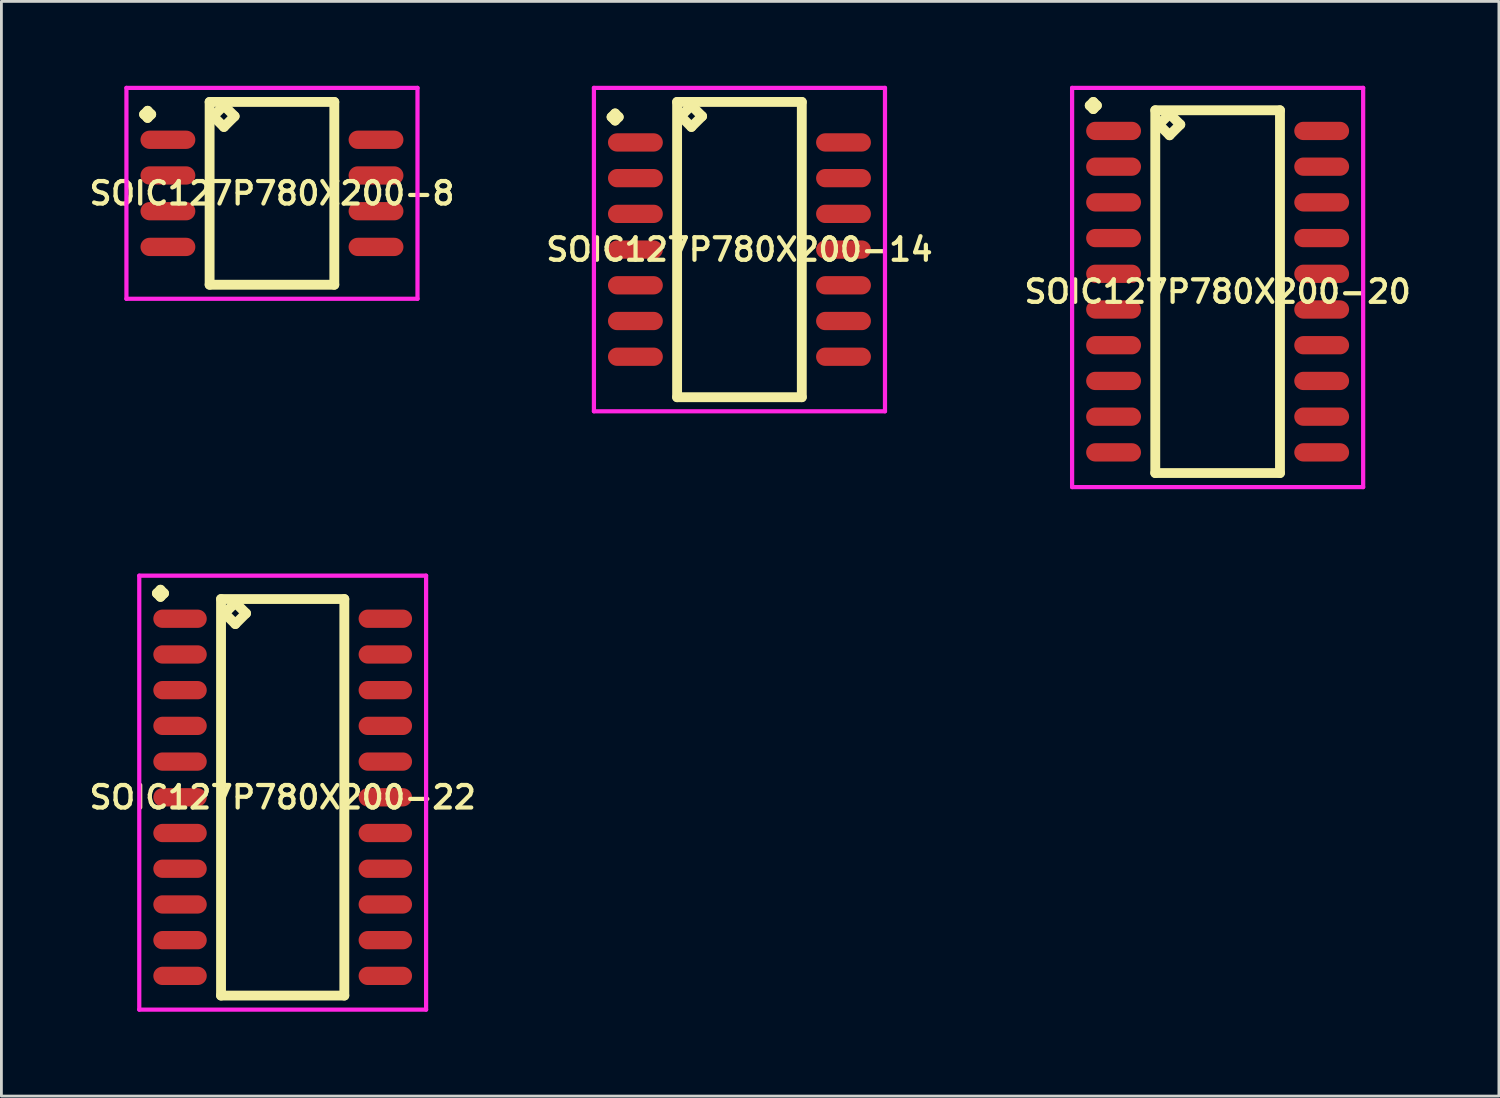
<source format=kicad_pcb>
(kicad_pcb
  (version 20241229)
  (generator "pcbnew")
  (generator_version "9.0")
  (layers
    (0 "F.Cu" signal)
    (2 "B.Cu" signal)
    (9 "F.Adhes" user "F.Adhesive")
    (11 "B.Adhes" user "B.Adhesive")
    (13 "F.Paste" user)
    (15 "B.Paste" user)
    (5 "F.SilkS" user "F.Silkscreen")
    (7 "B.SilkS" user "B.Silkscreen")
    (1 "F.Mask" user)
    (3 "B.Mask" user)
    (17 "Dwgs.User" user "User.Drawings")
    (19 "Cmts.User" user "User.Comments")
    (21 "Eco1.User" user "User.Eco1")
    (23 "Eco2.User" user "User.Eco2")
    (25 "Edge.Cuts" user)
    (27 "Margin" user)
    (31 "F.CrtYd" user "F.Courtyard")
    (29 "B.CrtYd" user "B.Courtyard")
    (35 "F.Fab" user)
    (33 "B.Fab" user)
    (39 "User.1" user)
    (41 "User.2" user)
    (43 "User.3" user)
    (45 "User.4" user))
  (footprint "SOIC127P780X200-14"
    (layer "F.Cu")
    (at 23.245 5.825)
    (property "Reference" "SOIC127P780X200-14" (at 0 0 0) (layer "F.SilkS") (effects (font (size 0.8 0.8) (thickness 0.15))))
    (attr through_hole)
    (fp_line (start -4.548 -4.714) (end -4.421 -4.841) (stroke (width 0.35) (type solid)) (layer "F.SilkS"))
    (fp_line (start -4.421 -4.841) (end -4.294 -4.714) (stroke (width 0.35) (type solid)) (layer "F.SilkS"))
    (fp_line (start -4.421 -4.587) (end -4.548 -4.714) (stroke (width 0.35) (type solid)) (layer "F.SilkS"))
    (fp_line (start -4.294 -4.714) (end -4.421 -4.587) (stroke (width 0.35) (type solid)) (layer "F.SilkS"))
    (fp_line (start -2.217 -5.25) (end -2.217 5.25) (stroke (width 0.35) (type solid)) (layer "F.SilkS"))
    (fp_line (start -2.217 5.25) (end 2.217 5.25) (stroke (width 0.35) (type solid)) (layer "F.SilkS"))
    (fp_line (start -2.09 -4.742) (end -1.709 -5.123) (stroke (width 0.35) (type solid)) (layer "F.SilkS"))
    (fp_line (start -1.709 -5.123) (end -1.328 -4.742) (stroke (width 0.35) (type solid)) (layer "F.SilkS"))
    (fp_line (start -1.709 -4.361) (end -2.09 -4.742) (stroke (width 0.35) (type solid)) (layer "F.SilkS"))
    (fp_line (start -1.328 -4.742) (end -1.709 -4.361) (stroke (width 0.35) (type solid)) (layer "F.SilkS"))
    (fp_line (start 2.217 -5.25) (end -2.217 -5.25) (stroke (width 0.35) (type solid)) (layer "F.SilkS"))
    (fp_line (start 2.217 5.25) (end 2.217 -5.25) (stroke (width 0.35) (type solid)) (layer "F.SilkS"))
    (fp_line (start -5.175 -5.75) (end 5.175 -5.75) (stroke (width 0.15) (type solid)) (layer "F.CrtYd"))
    (fp_line (start -5.175 5.75) (end -5.175 -5.75) (stroke (width 0.15) (type solid)) (layer "F.CrtYd"))
    (fp_line (start 5.175 -5.75) (end 5.175 5.75) (stroke (width 0.15) (type solid)) (layer "F.CrtYd"))
    (fp_line (start 5.175 5.75) (end -5.175 5.75) (stroke (width 0.15) (type solid)) (layer "F.CrtYd"))
    (pad "1" smd oval (at -3.7 -3.81) (size 1.95 0.65) (layers "F.Cu" "F.Mask" "F.Paste"))
    (pad "2" smd oval (at -3.7 -2.54) (size 1.95 0.65) (layers "F.Cu" "F.Mask" "F.Paste"))
    (pad "3" smd oval (at -3.7 -1.27) (size 1.95 0.65) (layers "F.Cu" "F.Mask" "F.Paste"))
    (pad "4" smd oval (at -3.7 0) (size 1.95 0.65) (layers "F.Cu" "F.Mask" "F.Paste"))
    (pad "5" smd oval (at -3.7 1.27) (size 1.95 0.65) (layers "F.Cu" "F.Mask" "F.Paste"))
    (pad "6" smd oval (at -3.7 2.54) (size 1.95 0.65) (layers "F.Cu" "F.Mask" "F.Paste"))
    (pad "7" smd oval (at -3.7 3.81) (size 1.95 0.65) (layers "F.Cu" "F.Mask" "F.Paste"))
    (pad "8" smd oval (at 3.7 3.81) (size 1.95 0.65) (layers "F.Cu" "F.Mask" "F.Paste"))
    (pad "9" smd oval (at 3.7 2.54) (size 1.95 0.65) (layers "F.Cu" "F.Mask" "F.Paste"))
    (pad "10" smd oval (at 3.7 1.27) (size 1.95 0.65) (layers "F.Cu" "F.Mask" "F.Paste"))
    (pad "11" smd oval (at 3.7 0) (size 1.95 0.65) (layers "F.Cu" "F.Mask" "F.Paste"))
    (pad "12" smd oval (at 3.7 -1.27) (size 1.95 0.65) (layers "F.Cu" "F.Mask" "F.Paste"))
    (pad "13" smd oval (at 3.7 -2.54) (size 1.95 0.65) (layers "F.Cu" "F.Mask" "F.Paste"))
    (pad "14" smd oval (at 3.7 -3.81) (size 1.95 0.65) (layers "F.Cu" "F.Mask" "F.Paste")))
  (footprint "SOIC127P780X200-20"
    (layer "F.Cu")
    (at 40.249 7.321)
    (property "Reference" "SOIC127P780X200-20" (at 0 0 0) (layer "F.SilkS") (effects (font (size 0.8 0.8) (thickness 0.15))))
    (attr through_hole)
    (fp_line (start -4.548 -6.619) (end -4.421 -6.746) (stroke (width 0.35) (type solid)) (layer "F.SilkS"))
    (fp_line (start -4.421 -6.746) (end -4.294 -6.619) (stroke (width 0.35) (type solid)) (layer "F.SilkS"))
    (fp_line (start -4.421 -6.492) (end -4.548 -6.619) (stroke (width 0.35) (type solid)) (layer "F.SilkS"))
    (fp_line (start -4.294 -6.619) (end -4.421 -6.492) (stroke (width 0.35) (type solid)) (layer "F.SilkS"))
    (fp_line (start -2.217 -6.45) (end -2.217 6.45) (stroke (width 0.35) (type solid)) (layer "F.SilkS"))
    (fp_line (start -2.217 6.45) (end 2.217 6.45) (stroke (width 0.35) (type solid)) (layer "F.SilkS"))
    (fp_line (start -2.09 -5.942) (end -1.709 -6.323) (stroke (width 0.35) (type solid)) (layer "F.SilkS"))
    (fp_line (start -1.709 -6.323) (end -1.328 -5.942) (stroke (width 0.35) (type solid)) (layer "F.SilkS"))
    (fp_line (start -1.709 -5.561) (end -2.09 -5.942) (stroke (width 0.35) (type solid)) (layer "F.SilkS"))
    (fp_line (start -1.328 -5.942) (end -1.709 -5.561) (stroke (width 0.35) (type solid)) (layer "F.SilkS"))
    (fp_line (start 2.217 -6.45) (end -2.217 -6.45) (stroke (width 0.35) (type solid)) (layer "F.SilkS"))
    (fp_line (start 2.217 6.45) (end 2.217 -6.45) (stroke (width 0.35) (type solid)) (layer "F.SilkS"))
    (fp_line (start -5.175 -7.246) (end 5.175 -7.246) (stroke (width 0.15) (type solid)) (layer "F.CrtYd"))
    (fp_line (start -5.175 6.95) (end -5.175 -7.246) (stroke (width 0.15) (type solid)) (layer "F.CrtYd"))
    (fp_line (start 5.175 -7.246) (end 5.175 6.95) (stroke (width 0.15) (type solid)) (layer "F.CrtYd"))
    (fp_line (start 5.175 6.95) (end -5.175 6.95) (stroke (width 0.15) (type solid)) (layer "F.CrtYd"))
    (pad "1" smd oval (at -3.7 -5.715) (size 1.95 0.65) (layers "F.Cu" "F.Mask" "F.Paste"))
    (pad "2" smd oval (at -3.7 -4.445) (size 1.95 0.65) (layers "F.Cu" "F.Mask" "F.Paste"))
    (pad "3" smd oval (at -3.7 -3.175) (size 1.95 0.65) (layers "F.Cu" "F.Mask" "F.Paste"))
    (pad "4" smd oval (at -3.7 -1.905) (size 1.95 0.65) (layers "F.Cu" "F.Mask" "F.Paste"))
    (pad "5" smd oval (at -3.7 -0.635) (size 1.95 0.65) (layers "F.Cu" "F.Mask" "F.Paste"))
    (pad "6" smd oval (at -3.7 0.635) (size 1.95 0.65) (layers "F.Cu" "F.Mask" "F.Paste"))
    (pad "7" smd oval (at -3.7 1.905) (size 1.95 0.65) (layers "F.Cu" "F.Mask" "F.Paste"))
    (pad "8" smd oval (at -3.7 3.175) (size 1.95 0.65) (layers "F.Cu" "F.Mask" "F.Paste"))
    (pad "9" smd oval (at -3.7 4.445) (size 1.95 0.65) (layers "F.Cu" "F.Mask" "F.Paste"))
    (pad "10" smd oval (at -3.7 5.715) (size 1.95 0.65) (layers "F.Cu" "F.Mask" "F.Paste"))
    (pad "11" smd oval (at 3.7 5.715) (size 1.95 0.65) (layers "F.Cu" "F.Mask" "F.Paste"))
    (pad "12" smd oval (at 3.7 4.445) (size 1.95 0.65) (layers "F.Cu" "F.Mask" "F.Paste"))
    (pad "13" smd oval (at 3.7 3.175) (size 1.95 0.65) (layers "F.Cu" "F.Mask" "F.Paste"))
    (pad "14" smd oval (at 3.7 1.905) (size 1.95 0.65) (layers "F.Cu" "F.Mask" "F.Paste"))
    (pad "15" smd oval (at 3.7 0.635) (size 1.95 0.65) (layers "F.Cu" "F.Mask" "F.Paste"))
    (pad "16" smd oval (at 3.7 -0.635) (size 1.95 0.65) (layers "F.Cu" "F.Mask" "F.Paste"))
    (pad "17" smd oval (at 3.7 -1.905) (size 1.95 0.65) (layers "F.Cu" "F.Mask" "F.Paste"))
    (pad "18" smd oval (at 3.7 -3.175) (size 1.95 0.65) (layers "F.Cu" "F.Mask" "F.Paste"))
    (pad "19" smd oval (at 3.7 -4.445) (size 1.95 0.65) (layers "F.Cu" "F.Mask" "F.Paste"))
    (pad "20" smd oval (at 3.7 -5.715) (size 1.95 0.65) (layers "F.Cu" "F.Mask" "F.Paste")))
  (footprint "SOIC127P780X200-8"
    (layer "F.Cu")
    (at 6.621 3.825)
    (property "Reference" "SOIC127P780X200-8" (at 0 0 0) (layer "F.SilkS") (effects (font (size 0.8 0.8) (thickness 0.15))))
    (attr smd)
    (fp_line (start -4.548 -2.809) (end -4.421 -2.936) (stroke (width 0.35) (type solid)) (layer "F.SilkS"))
    (fp_line (start -4.421 -2.936) (end -4.294 -2.809) (stroke (width 0.35) (type solid)) (layer "F.SilkS"))
    (fp_line (start -4.421 -2.682) (end -4.548 -2.809) (stroke (width 0.35) (type solid)) (layer "F.SilkS"))
    (fp_line (start -4.294 -2.809) (end -4.421 -2.682) (stroke (width 0.35) (type solid)) (layer "F.SilkS"))
    (fp_line (start -2.217 -3.25) (end -2.217 3.25) (stroke (width 0.35) (type solid)) (layer "F.SilkS"))
    (fp_line (start -2.217 3.25) (end 2.217 3.25) (stroke (width 0.35) (type solid)) (layer "F.SilkS"))
    (fp_line (start -2.09 -2.742) (end -1.709 -3.123) (stroke (width 0.35) (type solid)) (layer "F.SilkS"))
    (fp_line (start -1.709 -3.123) (end -1.328 -2.742) (stroke (width 0.35) (type solid)) (layer "F.SilkS"))
    (fp_line (start -1.709 -2.361) (end -2.09 -2.742) (stroke (width 0.35) (type solid)) (layer "F.SilkS"))
    (fp_line (start -1.328 -2.742) (end -1.709 -2.361) (stroke (width 0.35) (type solid)) (layer "F.SilkS"))
    (fp_line (start 2.217 -3.25) (end -2.217 -3.25) (stroke (width 0.35) (type solid)) (layer "F.SilkS"))
    (fp_line (start 2.217 3.25) (end 2.217 -3.25) (stroke (width 0.35) (type solid)) (layer "F.SilkS"))
    (fp_line (start -5.175 -3.75) (end 5.175 -3.75) (stroke (width 0.15) (type solid)) (layer "F.CrtYd"))
    (fp_line (start -5.175 3.75) (end -5.175 -3.75) (stroke (width 0.15) (type solid)) (layer "F.CrtYd"))
    (fp_line (start 5.175 -3.75) (end 5.175 3.75) (stroke (width 0.15) (type solid)) (layer "F.CrtYd"))
    (fp_line (start 5.175 3.75) (end -5.175 3.75) (stroke (width 0.15) (type solid)) (layer "F.CrtYd"))
    (pad "1" smd oval (at -3.7 -1.905) (size 1.95 0.65) (layers "F.Cu" "F.Mask" "F.Paste"))
    (pad "2" smd oval (at -3.7 -0.635) (size 1.95 0.65) (layers "F.Cu" "F.Mask" "F.Paste"))
    (pad "3" smd oval (at -3.7 0.635) (size 1.95 0.65) (layers "F.Cu" "F.Mask" "F.Paste"))
    (pad "4" smd oval (at -3.7 1.905) (size 1.95 0.65) (layers "F.Cu" "F.Mask" "F.Paste"))
    (pad "5" smd oval (at 3.7 1.905) (size 1.95 0.65) (layers "F.Cu" "F.Mask" "F.Paste"))
    (pad "6" smd oval (at 3.7 0.635) (size 1.95 0.65) (layers "F.Cu" "F.Mask" "F.Paste"))
    (pad "7" smd oval (at 3.7 -0.635) (size 1.95 0.65) (layers "F.Cu" "F.Mask" "F.Paste"))
    (pad "8" smd oval (at 3.7 -1.905) (size 1.95 0.65) (layers "F.Cu" "F.Mask" "F.Paste")))
  (footprint "SOIC127P780X200-22"
    (layer "F.Cu")
    (at 7.002 25.302)
    (property "Reference" "SOIC127P780X200-22" (at 0 0 0) (layer "F.SilkS") (effects (font (size 0.8 0.8) (thickness 0.15))))
    (attr through_hole)
    (fp_line (start -4.473 -7.254) (end -4.346 -7.381) (stroke (width 0.35) (type solid)) (layer "F.SilkS"))
    (fp_line (start -4.346 -7.381) (end -4.219 -7.254) (stroke (width 0.35) (type solid)) (layer "F.SilkS"))
    (fp_line (start -4.346 -7.127) (end -4.473 -7.254) (stroke (width 0.35) (type solid)) (layer "F.SilkS"))
    (fp_line (start -4.219 -7.254) (end -4.346 -7.127) (stroke (width 0.35) (type solid)) (layer "F.SilkS"))
    (fp_line (start -2.192 -7.05) (end -2.192 7.05) (stroke (width 0.35) (type solid)) (layer "F.SilkS"))
    (fp_line (start -2.192 7.05) (end 2.192 7.05) (stroke (width 0.35) (type solid)) (layer "F.SilkS"))
    (fp_line (start -2.065 -6.542) (end -1.684 -6.923) (stroke (width 0.35) (type solid)) (layer "F.SilkS"))
    (fp_line (start -1.684 -6.923) (end -1.303 -6.542) (stroke (width 0.35) (type solid)) (layer "F.SilkS"))
    (fp_line (start -1.684 -6.161) (end -2.065 -6.542) (stroke (width 0.35) (type solid)) (layer "F.SilkS"))
    (fp_line (start -1.303 -6.542) (end -1.684 -6.161) (stroke (width 0.35) (type solid)) (layer "F.SilkS"))
    (fp_line (start 2.192 -7.05) (end -2.192 -7.05) (stroke (width 0.35) (type solid)) (layer "F.SilkS"))
    (fp_line (start 2.192 7.05) (end 2.192 -7.05) (stroke (width 0.35) (type solid)) (layer "F.SilkS"))
    (fp_line (start -5.1 -7.881) (end 5.1 -7.881) (stroke (width 0.15) (type solid)) (layer "F.CrtYd"))
    (fp_line (start -5.1 7.55) (end -5.1 -7.881) (stroke (width 0.15) (type solid)) (layer "F.CrtYd"))
    (fp_line (start 5.1 -7.881) (end 5.1 7.55) (stroke (width 0.15) (type solid)) (layer "F.CrtYd"))
    (fp_line (start 5.1 7.55) (end -5.1 7.55) (stroke (width 0.15) (type solid)) (layer "F.CrtYd"))
    (pad "1" smd oval (at -3.65 -6.35) (size 1.9 0.65) (layers "F.Cu" "F.Mask" "F.Paste"))
    (pad "2" smd oval (at -3.65 -5.08) (size 1.9 0.65) (layers "F.Cu" "F.Mask" "F.Paste"))
    (pad "3" smd oval (at -3.65 -3.81) (size 1.9 0.65) (layers "F.Cu" "F.Mask" "F.Paste"))
    (pad "4" smd oval (at -3.65 -2.54) (size 1.9 0.65) (layers "F.Cu" "F.Mask" "F.Paste"))
    (pad "5" smd oval (at -3.65 -1.27) (size 1.9 0.65) (layers "F.Cu" "F.Mask" "F.Paste"))
    (pad "6" smd oval (at -3.65 0) (size 1.9 0.65) (layers "F.Cu" "F.Mask" "F.Paste"))
    (pad "7" smd oval (at -3.65 1.27) (size 1.9 0.65) (layers "F.Cu" "F.Mask" "F.Paste"))
    (pad "8" smd oval (at -3.65 2.54) (size 1.9 0.65) (layers "F.Cu" "F.Mask" "F.Paste"))
    (pad "9" smd oval (at -3.65 3.81) (size 1.9 0.65) (layers "F.Cu" "F.Mask" "F.Paste"))
    (pad "10" smd oval (at -3.65 5.08) (size 1.9 0.65) (layers "F.Cu" "F.Mask" "F.Paste"))
    (pad "11" smd oval (at -3.65 6.35) (size 1.9 0.65) (layers "F.Cu" "F.Mask" "F.Paste"))
    (pad "12" smd oval (at 3.65 6.35) (size 1.9 0.65) (layers "F.Cu" "F.Mask" "F.Paste"))
    (pad "13" smd oval (at 3.65 5.08) (size 1.9 0.65) (layers "F.Cu" "F.Mask" "F.Paste"))
    (pad "14" smd oval (at 3.65 3.81) (size 1.9 0.65) (layers "F.Cu" "F.Mask" "F.Paste"))
    (pad "15" smd oval (at 3.65 2.54) (size 1.9 0.65) (layers "F.Cu" "F.Mask" "F.Paste"))
    (pad "16" smd oval (at 3.65 1.27) (size 1.9 0.65) (layers "F.Cu" "F.Mask" "F.Paste"))
    (pad "17" smd oval (at 3.65 0) (size 1.9 0.65) (layers "F.Cu" "F.Mask" "F.Paste"))
    (pad "18" smd oval (at 3.65 -1.27) (size 1.9 0.65) (layers "F.Cu" "F.Mask" "F.Paste"))
    (pad "19" smd oval (at 3.65 -2.54) (size 1.9 0.65) (layers "F.Cu" "F.Mask" "F.Paste"))
    (pad "20" smd oval (at 3.65 -3.81) (size 1.9 0.65) (layers "F.Cu" "F.Mask" "F.Paste"))
    (pad "21" smd oval (at 3.65 -5.08) (size 1.9 0.65) (layers "F.Cu" "F.Mask" "F.Paste"))
    (pad "22" smd oval (at 3.65 -6.35) (size 1.9 0.65) (layers "F.Cu" "F.Mask" "F.Paste")))
  (gr_rect
    (start -3 -3)
    (end 50.251 35.927)
    (stroke (width 0.1) (type default))
    (fill no)
    (layer "Edge.Cuts")))
</source>
